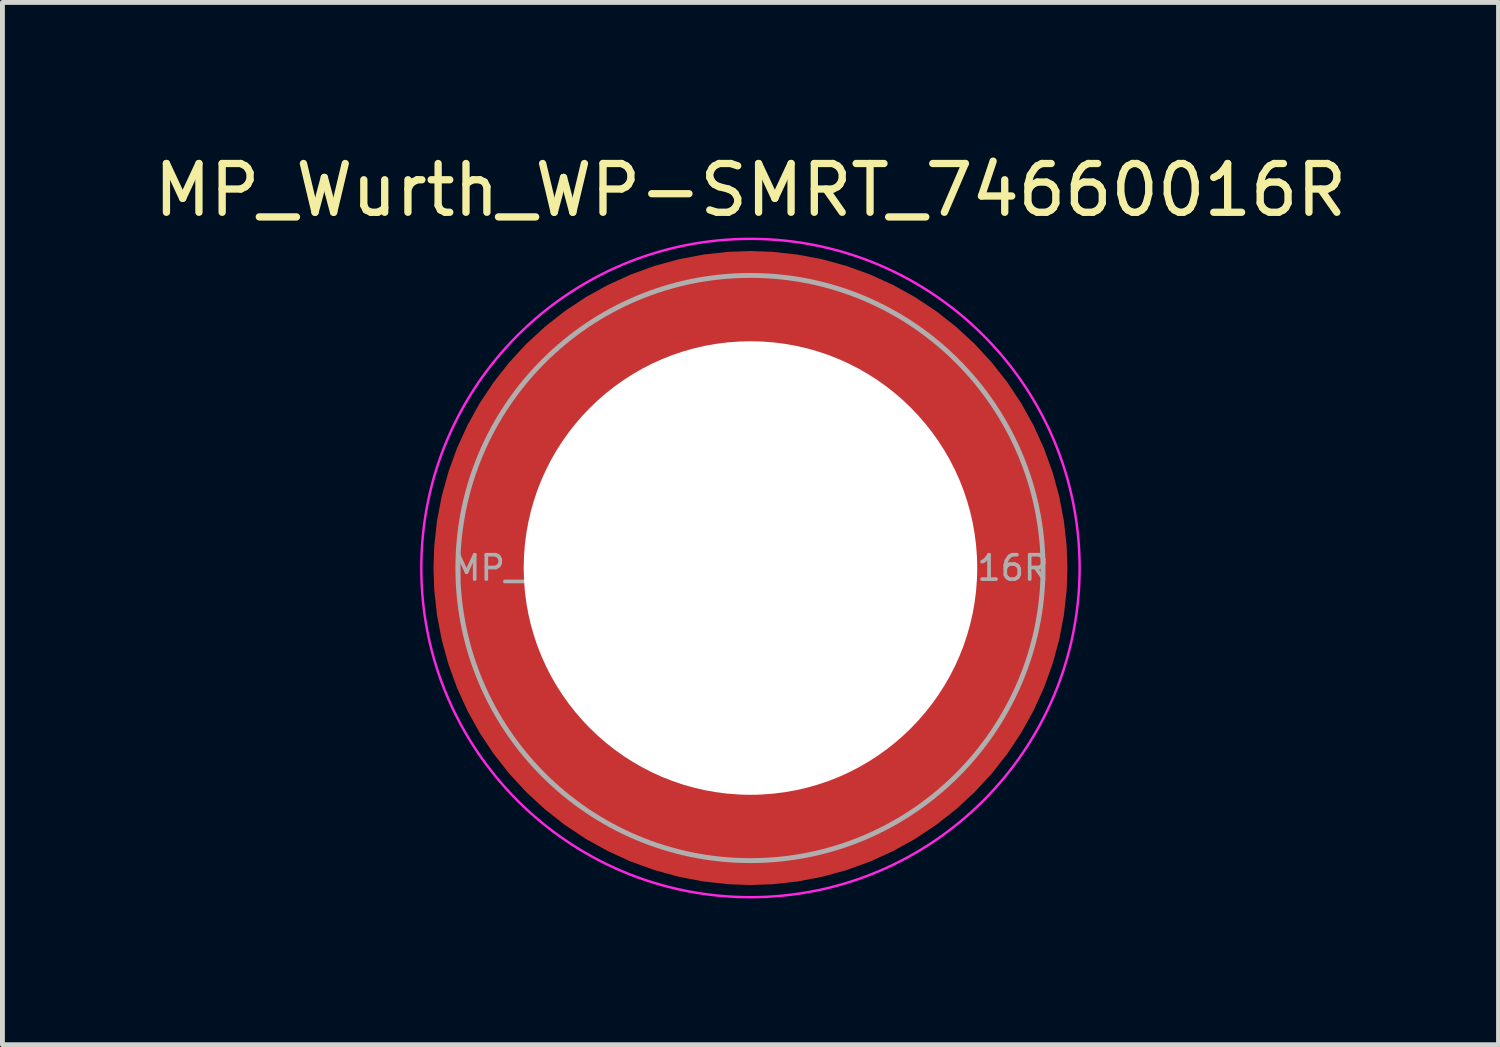
<source format=kicad_pcb>
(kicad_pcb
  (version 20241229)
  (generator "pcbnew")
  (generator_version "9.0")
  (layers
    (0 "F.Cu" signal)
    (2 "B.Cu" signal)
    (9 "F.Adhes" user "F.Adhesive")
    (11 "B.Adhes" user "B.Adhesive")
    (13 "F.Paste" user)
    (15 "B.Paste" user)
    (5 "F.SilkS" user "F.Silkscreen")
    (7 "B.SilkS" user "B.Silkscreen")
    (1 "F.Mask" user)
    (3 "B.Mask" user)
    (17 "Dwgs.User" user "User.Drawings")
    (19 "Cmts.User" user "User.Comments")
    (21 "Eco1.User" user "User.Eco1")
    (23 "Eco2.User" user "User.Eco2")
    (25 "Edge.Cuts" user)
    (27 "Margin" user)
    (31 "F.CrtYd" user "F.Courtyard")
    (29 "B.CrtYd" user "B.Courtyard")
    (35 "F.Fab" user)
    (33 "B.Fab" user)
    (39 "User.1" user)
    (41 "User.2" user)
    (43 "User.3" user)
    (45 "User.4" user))
  (footprint "MP_Wurth_WP-SMRT_74660016R"
    (layer "F.Cu")
    (at 12.339 8.598)
    (property "Reference" "MP_Wurth_WP-SMRT_74660016R" (at 0 -7.75 0) (unlocked yes) (layer "F.SilkS") (effects (font (size 1 1) (thickness 0.15))))
    (attr smd)
    (fp_poly (pts (xy -4.71 0.569) (xy -4.7 0.649) (xy -4.69 0.729) (xy -4.67 0.839) (xy -4.655 0.929) (xy -4.64 0.999) (xy -4.625 1.069) (xy -4.61 1.129) (xy -4.585 1.224) (xy -4.565 1.299) (xy -4.54 1.384) (xy -4.51 1.478) (xy -4.485 1.553) (xy -4.46 1.623) (xy -4.43 1.703) (xy -4.4 1.778) (xy -4.365 1.863) (xy -4.325 1.953) (xy -4.29 2.028) (xy -4.251 2.113) (xy -4.206 2.198) (xy -4.166 2.273) (xy -4.131 2.338) (xy -4.096 2.397) (xy -4.051 2.472) (xy -4.006 2.542) (xy -3.956 2.622) (xy -3.901 2.702) (xy -3.866 2.752) (xy -3.811 2.827) (xy -3.746 2.912) (xy -3.686 2.987) (xy -3.636 3.047) (xy -3.586 3.107) (xy -3.546 3.152) (xy -3.496 3.207) (xy -3.446 3.262) (xy -3.401 3.306) (xy -3.401 3.307) (xy -3.351 3.361) (xy -3.297 3.411) (xy -3.296 3.411) (xy -3.237 3.471) (xy -3.187 3.516) (xy -3.147 3.551) (xy -3.092 3.601) (xy -3.067 3.621) (xy -3.007 3.671) (xy -2.937 3.726) (xy -2.892 3.761) (xy -2.827 3.811) (xy -2.752 3.866) (xy -2.672 3.921) (xy -2.622 3.956) (xy -2.552 4.001) (xy -2.472 4.051) (xy -2.407 4.091) (xy -2.348 4.126) (xy -2.283 4.161) (xy -2.218 4.196) (xy -2.143 4.236) (xy -2.073 4.27) (xy -1.998 4.305) (xy -1.923 4.34) (xy -1.848 4.37) (xy -1.848 4.37) (xy -1.743 4.415) (xy -1.663 4.445) (xy -1.598 4.47) (xy -1.434 4.525) (xy -1.349 4.55) (xy -1.264 4.575) (xy -1.169 4.6) (xy -1.084 4.62) (xy -0.994 4.64) (xy -0.924 4.655) (xy -0.849 4.67) (xy -0.789 4.68) (xy -0.699 4.695) (xy -0.539 4.715) (xy -0.495 4.721) (xy -0.495 6.385) (xy -0.56 6.38) (xy -0.62 6.375) (xy -0.67 6.37) (xy -0.72 6.365) (xy -0.721 6.365) (xy -0.801 6.355) (xy -0.876 6.345) (xy -0.981 6.33) (xy -1.076 6.315) (xy -1.076 6.315) (xy -1.236 6.285) (xy -1.336 6.265) (xy -1.451 6.24) (xy -1.536 6.22) (xy -1.536 6.22) (xy -1.611 6.2) (xy -1.691 6.18) (xy -1.691 6.18) (xy -1.761 6.16) (xy -1.846 6.135) (xy -1.911 6.115) (xy -2.007 6.085) (xy -2.097 6.055) (xy -2.097 6.055) (xy -2.207 6.015) (xy -2.207 6.015) (xy -2.297 5.98) (xy -2.392 5.945) (xy -2.392 5.945) (xy -2.472 5.91) (xy -2.567 5.87) (xy -2.657 5.83) (xy -2.732 5.795) (xy -2.817 5.755) (xy -2.817 5.754) (xy -2.887 5.719) (xy -2.887 5.719) (xy -3.112 5.599) (xy -3.157 5.574) (xy -3.158 5.574) (xy -3.232 5.529) (xy -3.312 5.484) (xy -3.313 5.484) (xy -3.393 5.434) (xy -3.448 5.399) (xy -3.448 5.399) (xy -3.658 5.259) (xy -3.658 5.259) (xy -3.728 5.209) (xy -3.728 5.209) (xy -3.788 5.164) (xy -3.858 5.114) (xy -3.858 5.114) (xy -3.908 5.074) (xy -3.953 5.039) (xy -4.018 4.989) (xy -4.018 4.989) (xy -4.083 4.934) (xy -4.143 4.884) (xy -4.143 4.884) (xy -4.223 4.814) (xy -4.288 4.759) (xy -4.288 4.759) (xy -4.348 4.704) (xy -4.349 4.704) (xy -4.373 4.679) (xy -4.443 4.614) (xy -4.444 4.614) (xy -4.639 4.419) (xy -4.639 4.418) (xy -4.699 4.353) (xy -4.749 4.298) (xy -4.789 4.253) (xy -4.829 4.208) (xy -4.864 4.168) (xy -4.864 4.168) (xy -4.909 4.113) (xy -4.964 4.048) (xy -5.009 3.993) (xy -5.064 3.923) (xy -5.064 3.923) (xy -5.109 3.863) (xy -5.159 3.798) (xy -5.159 3.798) (xy -5.209 3.728) (xy -5.254 3.663) (xy -5.289 3.613) (xy -5.334 3.548) (xy -5.334 3.548) (xy -5.424 3.408) (xy -5.424 3.408) (xy -5.454 3.358) (xy -5.489 3.303) (xy -5.489 3.303) (xy -5.524 3.243) (xy -5.564 3.173) (xy -5.594 3.123) (xy -5.594 3.122) (xy -5.624 3.067) (xy -5.664 2.992) (xy -5.699 2.927) (xy -5.699 2.927) (xy -5.764 2.797) (xy -5.765 2.797) (xy -5.79 2.742) (xy -5.835 2.647) (xy -5.865 2.582) (xy -5.865 2.582) (xy -5.895 2.507) (xy -5.925 2.437) (xy -5.95 2.377) (xy -5.98 2.302) (xy -5.98 2.302) (xy -6.015 2.207) (xy -6.05 2.107) (xy -6.075 2.032) (xy -6.1 1.957) (xy -6.1 1.956) (xy -6.12 1.892) (xy -6.145 1.817) (xy -6.145 1.816) (xy -6.165 1.736) (xy -6.195 1.631) (xy -6.215 1.556) (xy -6.215 1.556) (xy -6.235 1.471) (xy -6.26 1.356) (xy -6.28 1.266) (xy -6.28 1.266) (xy -6.295 1.186) (xy -6.31 1.101) (xy -6.325 1.016) (xy -6.325 1.016) (xy -6.34 0.916) (xy -6.34 0.916) (xy -6.35 0.831) (xy -6.36 0.756) (xy -6.36 0.756) (xy -6.37 0.666) (xy -6.38 0.571) (xy -6.38 0.57) (xy -6.385 0.495) (xy -4.721 0.495)) (stroke (width 0) (type default)) (fill yes) (layer "F.Paste"))
    (fp_poly (pts (xy -0.495 -4.721) (xy -0.569 -4.71) (xy -0.649 -4.7) (xy -0.729 -4.69) (xy -0.839 -4.67) (xy -0.929 -4.655) (xy -0.999 -4.64) (xy -1.069 -4.625) (xy -1.129 -4.61) (xy -1.224 -4.585) (xy -1.299 -4.565) (xy -1.384 -4.54) (xy -1.478 -4.51) (xy -1.553 -4.485) (xy -1.623 -4.46) (xy -1.703 -4.43) (xy -1.778 -4.4) (xy -1.863 -4.365) (xy -1.953 -4.325) (xy -2.028 -4.29) (xy -2.113 -4.251) (xy -2.198 -4.206) (xy -2.273 -4.166) (xy -2.338 -4.131) (xy -2.397 -4.096) (xy -2.472 -4.051) (xy -2.542 -4.006) (xy -2.622 -3.956) (xy -2.702 -3.901) (xy -2.752 -3.866) (xy -2.827 -3.811) (xy -2.912 -3.746) (xy -2.987 -3.686) (xy -3.047 -3.636) (xy -3.107 -3.586) (xy -3.152 -3.546) (xy -3.207 -3.496) (xy -3.262 -3.446) (xy -3.306 -3.401) (xy -3.307 -3.401) (xy -3.361 -3.351) (xy -3.411 -3.297) (xy -3.411 -3.296) (xy -3.471 -3.237) (xy -3.516 -3.187) (xy -3.551 -3.147) (xy -3.601 -3.092) (xy -3.621 -3.067) (xy -3.671 -3.007) (xy -3.726 -2.937) (xy -3.761 -2.892) (xy -3.811 -2.827) (xy -3.866 -2.752) (xy -3.921 -2.672) (xy -3.956 -2.622) (xy -4.001 -2.552) (xy -4.051 -2.472) (xy -4.091 -2.407) (xy -4.126 -2.348) (xy -4.161 -2.283) (xy -4.196 -2.218) (xy -4.236 -2.143) (xy -4.27 -2.073) (xy -4.305 -1.998) (xy -4.34 -1.923) (xy -4.37 -1.848) (xy -4.37 -1.848) (xy -4.415 -1.743) (xy -4.445 -1.663) (xy -4.47 -1.598) (xy -4.525 -1.434) (xy -4.55 -1.349) (xy -4.575 -1.264) (xy -4.6 -1.169) (xy -4.62 -1.084) (xy -4.64 -0.994) (xy -4.655 -0.924) (xy -4.67 -0.849) (xy -4.68 -0.789) (xy -4.695 -0.699) (xy -4.715 -0.539) (xy -4.721 -0.495) (xy -6.385 -0.495) (xy -6.38 -0.56) (xy -6.375 -0.62) (xy -6.37 -0.67) (xy -6.365 -0.72) (xy -6.365 -0.721) (xy -6.355 -0.801) (xy -6.345 -0.876) (xy -6.33 -0.981) (xy -6.315 -1.076) (xy -6.315 -1.076) (xy -6.285 -1.236) (xy -6.265 -1.336) (xy -6.24 -1.451) (xy -6.22 -1.536) (xy -6.22 -1.536) (xy -6.2 -1.611) (xy -6.18 -1.691) (xy -6.18 -1.691) (xy -6.16 -1.761) (xy -6.135 -1.846) (xy -6.115 -1.911) (xy -6.085 -2.007) (xy -6.055 -2.097) (xy -6.055 -2.097) (xy -6.015 -2.207) (xy -6.015 -2.207) (xy -5.98 -2.297) (xy -5.945 -2.392) (xy -5.945 -2.392) (xy -5.91 -2.472) (xy -5.87 -2.567) (xy -5.83 -2.657) (xy -5.795 -2.732) (xy -5.755 -2.817) (xy -5.754 -2.817) (xy -5.719 -2.887) (xy -5.719 -2.887) (xy -5.599 -3.112) (xy -5.574 -3.157) (xy -5.574 -3.158) (xy -5.529 -3.232) (xy -5.484 -3.312) (xy -5.484 -3.313) (xy -5.434 -3.393) (xy -5.399 -3.448) (xy -5.399 -3.448) (xy -5.259 -3.658) (xy -5.259 -3.658) (xy -5.209 -3.728) (xy -5.209 -3.728) (xy -5.164 -3.788) (xy -5.114 -3.858) (xy -5.114 -3.858) (xy -5.074 -3.908) (xy -5.039 -3.953) (xy -4.989 -4.018) (xy -4.989 -4.018) (xy -4.934 -4.083) (xy -4.884 -4.143) (xy -4.884 -4.143) (xy -4.814 -4.223) (xy -4.759 -4.288) (xy -4.759 -4.288) (xy -4.704 -4.348) (xy -4.704 -4.349) (xy -4.679 -4.373) (xy -4.614 -4.443) (xy -4.614 -4.444) (xy -4.419 -4.639) (xy -4.418 -4.639) (xy -4.353 -4.699) (xy -4.298 -4.749) (xy -4.253 -4.789) (xy -4.208 -4.829) (xy -4.168 -4.864) (xy -4.168 -4.864) (xy -4.113 -4.909) (xy -4.048 -4.964) (xy -3.993 -5.009) (xy -3.923 -5.064) (xy -3.923 -5.064) (xy -3.863 -5.109) (xy -3.798 -5.159) (xy -3.798 -5.159) (xy -3.728 -5.209) (xy -3.663 -5.254) (xy -3.613 -5.289) (xy -3.548 -5.334) (xy -3.548 -5.334) (xy -3.408 -5.424) (xy -3.408 -5.424) (xy -3.358 -5.454) (xy -3.303 -5.489) (xy -3.303 -5.489) (xy -3.243 -5.524) (xy -3.173 -5.564) (xy -3.123 -5.594) (xy -3.122 -5.594) (xy -3.067 -5.624) (xy -2.992 -5.664) (xy -2.927 -5.699) (xy -2.927 -5.699) (xy -2.797 -5.764) (xy -2.797 -5.765) (xy -2.742 -5.79) (xy -2.647 -5.835) (xy -2.582 -5.865) (xy -2.582 -5.865) (xy -2.507 -5.895) (xy -2.437 -5.925) (xy -2.377 -5.95) (xy -2.302 -5.98) (xy -2.302 -5.98) (xy -2.207 -6.015) (xy -2.107 -6.05) (xy -2.032 -6.075) (xy -1.957 -6.1) (xy -1.956 -6.1) (xy -1.892 -6.12) (xy -1.817 -6.145) (xy -1.816 -6.145) (xy -1.736 -6.165) (xy -1.631 -6.195) (xy -1.556 -6.215) (xy -1.556 -6.215) (xy -1.471 -6.235) (xy -1.356 -6.26) (xy -1.266 -6.28) (xy -1.266 -6.28) (xy -1.186 -6.295) (xy -1.101 -6.31) (xy -1.016 -6.325) (xy -1.016 -6.325) (xy -0.916 -6.34) (xy -0.916 -6.34) (xy -0.831 -6.35) (xy -0.756 -6.36) (xy -0.756 -6.36) (xy -0.666 -6.37) (xy -0.571 -6.38) (xy -0.57 -6.38) (xy -0.495 -6.385)) (stroke (width 0) (type default)) (fill yes) (layer "F.Paste"))
    (fp_poly (pts (xy 0.56 -6.38) (xy 0.62 -6.375) (xy 0.67 -6.37) (xy 0.72 -6.365) (xy 0.721 -6.365) (xy 0.801 -6.355) (xy 0.876 -6.345) (xy 0.981 -6.33) (xy 1.076 -6.315) (xy 1.076 -6.315) (xy 1.236 -6.285) (xy 1.336 -6.265) (xy 1.451 -6.24) (xy 1.536 -6.22) (xy 1.536 -6.22) (xy 1.611 -6.2) (xy 1.691 -6.18) (xy 1.691 -6.18) (xy 1.761 -6.16) (xy 1.846 -6.135) (xy 1.911 -6.115) (xy 2.007 -6.085) (xy 2.097 -6.055) (xy 2.097 -6.055) (xy 2.207 -6.015) (xy 2.207 -6.015) (xy 2.297 -5.98) (xy 2.392 -5.945) (xy 2.392 -5.945) (xy 2.472 -5.91) (xy 2.567 -5.87) (xy 2.657 -5.83) (xy 2.732 -5.795) (xy 2.817 -5.755) (xy 2.817 -5.754) (xy 2.887 -5.719) (xy 2.887 -5.719) (xy 3.112 -5.599) (xy 3.157 -5.574) (xy 3.158 -5.574) (xy 3.232 -5.529) (xy 3.312 -5.484) (xy 3.313 -5.484) (xy 3.393 -5.434) (xy 3.448 -5.399) (xy 3.448 -5.399) (xy 3.658 -5.259) (xy 3.658 -5.259) (xy 3.728 -5.209) (xy 3.728 -5.209) (xy 3.788 -5.164) (xy 3.858 -5.114) (xy 3.858 -5.114) (xy 3.908 -5.074) (xy 3.953 -5.039) (xy 4.018 -4.989) (xy 4.018 -4.989) (xy 4.083 -4.934) (xy 4.143 -4.884) (xy 4.143 -4.884) (xy 4.223 -4.814) (xy 4.288 -4.759) (xy 4.288 -4.759) (xy 4.348 -4.704) (xy 4.349 -4.704) (xy 4.373 -4.679) (xy 4.443 -4.614) (xy 4.444 -4.614) (xy 4.639 -4.419) (xy 4.639 -4.418) (xy 4.699 -4.353) (xy 4.749 -4.298) (xy 4.789 -4.253) (xy 4.829 -4.208) (xy 4.864 -4.168) (xy 4.864 -4.168) (xy 4.909 -4.113) (xy 4.964 -4.048) (xy 5.009 -3.993) (xy 5.064 -3.923) (xy 5.064 -3.923) (xy 5.109 -3.863) (xy 5.159 -3.798) (xy 5.159 -3.798) (xy 5.209 -3.728) (xy 5.254 -3.663) (xy 5.289 -3.613) (xy 5.334 -3.548) (xy 5.334 -3.548) (xy 5.424 -3.408) (xy 5.424 -3.408) (xy 5.454 -3.358) (xy 5.489 -3.303) (xy 5.489 -3.303) (xy 5.524 -3.243) (xy 5.564 -3.173) (xy 5.594 -3.123) (xy 5.594 -3.122) (xy 5.624 -3.067) (xy 5.664 -2.992) (xy 5.699 -2.927) (xy 5.699 -2.927) (xy 5.764 -2.797) (xy 5.765 -2.797) (xy 5.79 -2.742) (xy 5.835 -2.647) (xy 5.865 -2.582) (xy 5.865 -2.582) (xy 5.895 -2.507) (xy 5.925 -2.437) (xy 5.95 -2.377) (xy 5.98 -2.302) (xy 5.98 -2.302) (xy 6.015 -2.207) (xy 6.05 -2.107) (xy 6.075 -2.032) (xy 6.1 -1.957) (xy 6.1 -1.956) (xy 6.12 -1.892) (xy 6.145 -1.817) (xy 6.145 -1.816) (xy 6.165 -1.736) (xy 6.195 -1.631) (xy 6.215 -1.556) (xy 6.215 -1.556) (xy 6.235 -1.471) (xy 6.26 -1.356) (xy 6.28 -1.266) (xy 6.28 -1.266) (xy 6.295 -1.186) (xy 6.31 -1.101) (xy 6.325 -1.016) (xy 6.325 -1.016) (xy 6.34 -0.916) (xy 6.34 -0.916) (xy 6.35 -0.831) (xy 6.36 -0.756) (xy 6.36 -0.756) (xy 6.37 -0.666) (xy 6.38 -0.571) (xy 6.38 -0.57) (xy 6.385 -0.495) (xy 4.721 -0.495) (xy 4.71 -0.569) (xy 4.7 -0.649) (xy 4.69 -0.729) (xy 4.67 -0.839) (xy 4.655 -0.929) (xy 4.64 -0.999) (xy 4.625 -1.069) (xy 4.61 -1.129) (xy 4.585 -1.224) (xy 4.565 -1.299) (xy 4.54 -1.384) (xy 4.51 -1.478) (xy 4.485 -1.553) (xy 4.46 -1.623) (xy 4.43 -1.703) (xy 4.4 -1.778) (xy 4.365 -1.863) (xy 4.325 -1.953) (xy 4.29 -2.028) (xy 4.251 -2.113) (xy 4.206 -2.198) (xy 4.166 -2.273) (xy 4.131 -2.338) (xy 4.096 -2.397) (xy 4.051 -2.472) (xy 4.006 -2.542) (xy 3.956 -2.622) (xy 3.901 -2.702) (xy 3.866 -2.752) (xy 3.811 -2.827) (xy 3.746 -2.912) (xy 3.686 -2.987) (xy 3.636 -3.047) (xy 3.586 -3.107) (xy 3.546 -3.152) (xy 3.496 -3.207) (xy 3.446 -3.262) (xy 3.401 -3.306) (xy 3.401 -3.307) (xy 3.351 -3.361) (xy 3.297 -3.411) (xy 3.296 -3.411) (xy 3.237 -3.471) (xy 3.187 -3.516) (xy 3.147 -3.551) (xy 3.092 -3.601) (xy 3.067 -3.621) (xy 3.007 -3.671) (xy 2.937 -3.726) (xy 2.892 -3.761) (xy 2.827 -3.811) (xy 2.752 -3.866) (xy 2.672 -3.921) (xy 2.622 -3.956) (xy 2.552 -4.001) (xy 2.472 -4.051) (xy 2.407 -4.091) (xy 2.348 -4.126) (xy 2.283 -4.161) (xy 2.218 -4.196) (xy 2.143 -4.236) (xy 2.073 -4.27) (xy 1.998 -4.305) (xy 1.923 -4.34) (xy 1.848 -4.37) (xy 1.848 -4.37) (xy 1.743 -4.415) (xy 1.663 -4.445) (xy 1.598 -4.47) (xy 1.434 -4.525) (xy 1.349 -4.55) (xy 1.264 -4.575) (xy 1.169 -4.6) (xy 1.084 -4.62) (xy 0.994 -4.64) (xy 0.924 -4.655) (xy 0.849 -4.67) (xy 0.789 -4.68) (xy 0.699 -4.695) (xy 0.539 -4.715) (xy 0.495 -4.721) (xy 0.495 -6.385)) (stroke (width 0) (type default)) (fill yes) (layer "F.Paste"))
    (fp_poly (pts (xy 6.38 0.56) (xy 6.375 0.62) (xy 6.37 0.67) (xy 6.365 0.72) (xy 6.365 0.721) (xy 6.355 0.801) (xy 6.345 0.876) (xy 6.33 0.981) (xy 6.315 1.076) (xy 6.315 1.076) (xy 6.285 1.236) (xy 6.265 1.336) (xy 6.24 1.451) (xy 6.22 1.536) (xy 6.22 1.536) (xy 6.2 1.611) (xy 6.18 1.691) (xy 6.18 1.691) (xy 6.16 1.761) (xy 6.135 1.846) (xy 6.115 1.911) (xy 6.085 2.007) (xy 6.055 2.097) (xy 6.055 2.097) (xy 6.015 2.207) (xy 6.015 2.207) (xy 5.98 2.297) (xy 5.945 2.392) (xy 5.945 2.392) (xy 5.91 2.472) (xy 5.87 2.567) (xy 5.83 2.657) (xy 5.795 2.732) (xy 5.755 2.817) (xy 5.754 2.817) (xy 5.719 2.887) (xy 5.719 2.887) (xy 5.599 3.112) (xy 5.574 3.157) (xy 5.574 3.158) (xy 5.529 3.232) (xy 5.484 3.312) (xy 5.484 3.313) (xy 5.434 3.393) (xy 5.399 3.448) (xy 5.399 3.448) (xy 5.259 3.658) (xy 5.259 3.658) (xy 5.209 3.728) (xy 5.209 3.728) (xy 5.164 3.788) (xy 5.114 3.858) (xy 5.114 3.858) (xy 5.074 3.908) (xy 5.039 3.953) (xy 4.989 4.018) (xy 4.989 4.018) (xy 4.934 4.083) (xy 4.884 4.143) (xy 4.884 4.143) (xy 4.814 4.223) (xy 4.759 4.288) (xy 4.759 4.288) (xy 4.704 4.348) (xy 4.704 4.349) (xy 4.679 4.373) (xy 4.614 4.443) (xy 4.614 4.444) (xy 4.419 4.639) (xy 4.418 4.639) (xy 4.353 4.699) (xy 4.298 4.749) (xy 4.253 4.789) (xy 4.208 4.829) (xy 4.168 4.864) (xy 4.168 4.864) (xy 4.113 4.909) (xy 4.048 4.964) (xy 3.993 5.009) (xy 3.923 5.064) (xy 3.923 5.064) (xy 3.863 5.109) (xy 3.798 5.159) (xy 3.798 5.159) (xy 3.728 5.209) (xy 3.663 5.254) (xy 3.613 5.289) (xy 3.548 5.334) (xy 3.548 5.334) (xy 3.408 5.424) (xy 3.408 5.424) (xy 3.358 5.454) (xy 3.303 5.489) (xy 3.303 5.489) (xy 3.243 5.524) (xy 3.173 5.564) (xy 3.123 5.594) (xy 3.122 5.594) (xy 3.067 5.624) (xy 2.992 5.664) (xy 2.927 5.699) (xy 2.927 5.699) (xy 2.797 5.764) (xy 2.797 5.765) (xy 2.742 5.79) (xy 2.647 5.835) (xy 2.582 5.865) (xy 2.582 5.865) (xy 2.507 5.895) (xy 2.437 5.925) (xy 2.377 5.95) (xy 2.302 5.98) (xy 2.302 5.98) (xy 2.207 6.015) (xy 2.107 6.05) (xy 2.032 6.075) (xy 1.957 6.1) (xy 1.956 6.1) (xy 1.892 6.12) (xy 1.817 6.145) (xy 1.816 6.145) (xy 1.736 6.165) (xy 1.631 6.195) (xy 1.556 6.215) (xy 1.556 6.215) (xy 1.471 6.235) (xy 1.356 6.26) (xy 1.266 6.28) (xy 1.266 6.28) (xy 1.186 6.295) (xy 1.101 6.31) (xy 1.016 6.325) (xy 1.016 6.325) (xy 0.916 6.34) (xy 0.916 6.34) (xy 0.831 6.35) (xy 0.756 6.36) (xy 0.756 6.36) (xy 0.666 6.37) (xy 0.571 6.38) (xy 0.57 6.38) (xy 0.495 6.385) (xy 0.495 4.721) (xy 0.569 4.71) (xy 0.649 4.7) (xy 0.729 4.69) (xy 0.839 4.67) (xy 0.929 4.655) (xy 0.999 4.64) (xy 1.069 4.625) (xy 1.129 4.61) (xy 1.224 4.585) (xy 1.299 4.565) (xy 1.384 4.54) (xy 1.478 4.51) (xy 1.553 4.485) (xy 1.623 4.46) (xy 1.703 4.43) (xy 1.778 4.4) (xy 1.863 4.365) (xy 1.953 4.325) (xy 2.028 4.29) (xy 2.113 4.251) (xy 2.198 4.206) (xy 2.273 4.166) (xy 2.338 4.131) (xy 2.397 4.096) (xy 2.472 4.051) (xy 2.542 4.006) (xy 2.622 3.956) (xy 2.702 3.901) (xy 2.752 3.866) (xy 2.827 3.811) (xy 2.912 3.746) (xy 2.987 3.686) (xy 3.047 3.636) (xy 3.107 3.586) (xy 3.152 3.546) (xy 3.207 3.496) (xy 3.262 3.446) (xy 3.306 3.401) (xy 3.307 3.401) (xy 3.361 3.351) (xy 3.411 3.297) (xy 3.411 3.296) (xy 3.471 3.237) (xy 3.516 3.187) (xy 3.551 3.147) (xy 3.601 3.092) (xy 3.621 3.067) (xy 3.671 3.007) (xy 3.726 2.937) (xy 3.761 2.892) (xy 3.811 2.827) (xy 3.866 2.752) (xy 3.921 2.672) (xy 3.956 2.622) (xy 4.001 2.552) (xy 4.051 2.472) (xy 4.091 2.407) (xy 4.126 2.348) (xy 4.161 2.283) (xy 4.196 2.218) (xy 4.236 2.143) (xy 4.27 2.073) (xy 4.305 1.998) (xy 4.34 1.923) (xy 4.37 1.848) (xy 4.37 1.848) (xy 4.415 1.743) (xy 4.445 1.663) (xy 4.47 1.598) (xy 4.525 1.434) (xy 4.55 1.349) (xy 4.575 1.264) (xy 4.6 1.169) (xy 4.62 1.084) (xy 4.64 0.994) (xy 4.655 0.924) (xy 4.67 0.849) (xy 4.68 0.789) (xy 4.695 0.699) (xy 4.715 0.539) (xy 4.721 0.495) (xy 6.385 0.495)) (stroke (width 0) (type default)) (fill yes) (layer "F.Paste"))
    (fp_circle (center 0 0) (end 6.75 0) (stroke (width 0.05) (type solid)) (fill no) (layer "F.CrtYd"))
    (fp_circle (center 0 0) (end 6 0) (stroke (width 0.1) (type solid)) (fill no) (layer "F.Fab"))
    (fp_text user "${REFERENCE}" (at 0 0 0) (unlocked yes) (layer "F.Fab") (effects (font (size 0.5 0.5) (thickness 0.075))))
    (pad "" np_thru_hole circle (at 0 0) (size 9.3 9.3) (drill 9.3) (layers "*.Cu" "*.Mask"))
    (pad "1" smd roundrect (at 0 0) (size 13 13) (layers "F.Cu" "F.Mask") (roundrect_rratio 0.5)))
  (gr_rect
    (start -3 -3)
    (end 27.679 18.373)
    (stroke (width 0.1) (type default))
    (fill no)
    (layer "Edge.Cuts")))
</source>
